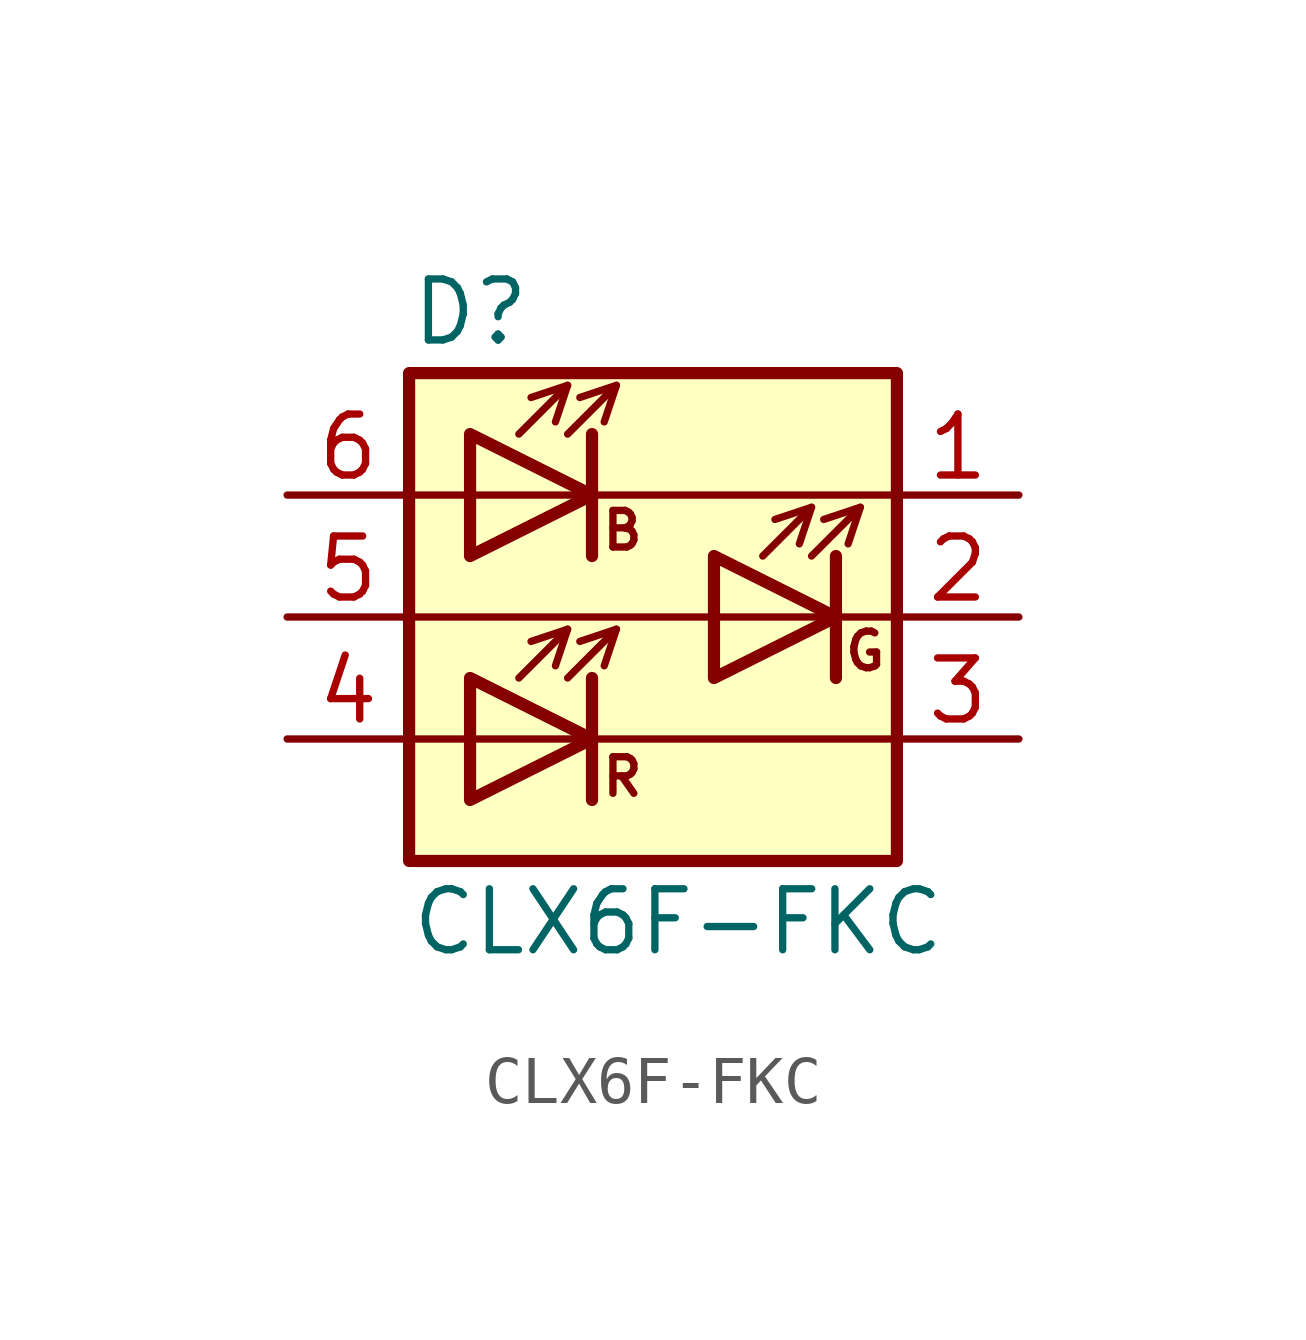
<source format=kicad_sym>
(kicad_symbol_lib
  (version 20211014)
  (generator kicad_symbol_editor)
  (symbol "CLX6F-FKC"
    (pin_names hide)
    (property "Reference" "D"
      (at -5.08 6.35 0)
      (effects (font (size 1.27 1.27)) (justify left)))
    (property "Value" "CLX6F-FKC"
      (at -5.08 -6.35 0)
      (effects (font (size 1.27 1.27)) (justify left)))
    (symbol "CLX6F-FKC_0_0"
      (text "B" (at -0.635 1.803 0) (effects (font (size 0.762 0.762))))
      (text "G" (at 4.42 -0.711 0) (effects (font (size 0.762 0.762))))
      (text "R" (at -0.635 -3.327 0) (effects (font (size 0.762 0.762)))))
    (symbol "CLX6F-FKC_0_1"
      (rectangle (start -5.08 5.08) (end 5.08 -5.08) (stroke (width 0.254) (type default) (color 0 0 0 0)) (fill (type background)))
      (polyline (pts (xy -5.08 -2.54) (xy 5.08 -2.54)) (stroke (width 0) (type default) (color 0 0 0 0)) (fill (type none)))
      (polyline (pts (xy -5.08 0) (xy 5.08 0)) (stroke (width 0) (type default) (color 0 0 0 0)) (fill (type none)))
      (polyline (pts (xy -5.08 2.54) (xy 5.08 2.54)) (stroke (width 0) (type default) (color 0 0 0 0)) (fill (type none)))
      (polyline (pts (xy -2.794 -1.27) (xy -1.778 -0.254)) (stroke (width 0) (type default) (color 0 0 0 0)) (fill (type none)))
      (polyline (pts (xy -2.794 3.81) (xy -1.778 4.826)) (stroke (width 0) (type default) (color 0 0 0 0)) (fill (type none)))
      (polyline (pts (xy -1.778 -1.27) (xy -0.762 -0.254)) (stroke (width 0) (type default) (color 0 0 0 0)) (fill (type none)))
      (polyline (pts (xy -1.778 3.81) (xy -0.762 4.826)) (stroke (width 0) (type default) (color 0 0 0 0)) (fill (type none)))
      (polyline (pts (xy -1.27 -1.27) (xy -1.27 -3.81)) (stroke (width 0.254) (type default) (color 0 0 0 0)) (fill (type none)))
      (polyline (pts (xy -1.27 3.81) (xy -1.27 1.27)) (stroke (width 0.254) (type default) (color 0 0 0 0)) (fill (type none)))
      (polyline (pts (xy 2.286 1.27) (xy 3.302 2.286)) (stroke (width 0) (type default) (color 0 0 0 0)) (fill (type none)))
      (polyline (pts (xy 3.302 1.27) (xy 4.318 2.286)) (stroke (width 0) (type default) (color 0 0 0 0)) (fill (type none)))
      (polyline (pts (xy 3.81 1.27) (xy 3.81 -1.27)) (stroke (width 0.254) (type default) (color 0 0 0 0)) (fill (type none)))
      (polyline (pts (xy -2.54 4.572) (xy -1.778 4.826) (xy -2.032 4.064)) (stroke (width 0) (type default) (color 0 0 0 0)) (fill (type none)))
      (polyline (pts (xy -2.032 -1.016) (xy -1.778 -0.254) (xy -2.54 -0.508)) (stroke (width 0) (type default) (color 0 0 0 0)) (fill (type none)))
      (polyline (pts (xy -1.524 -0.508) (xy -0.762 -0.254) (xy -1.016 -1.016)) (stroke (width 0) (type default) (color 0 0 0 0)) (fill (type none)))
      (polyline (pts (xy -1.524 4.572) (xy -0.762 4.826) (xy -1.016 4.064)) (stroke (width 0) (type default) (color 0 0 0 0)) (fill (type none)))
      (polyline (pts (xy 3.048 1.524) (xy 3.302 2.286) (xy 2.54 2.032)) (stroke (width 0) (type default) (color 0 0 0 0)) (fill (type none)))
      (polyline (pts (xy 3.556 2.032) (xy 4.318 2.286) (xy 4.064 1.524)) (stroke (width 0) (type default) (color 0 0 0 0)) (fill (type none)))
      (polyline (pts (xy -3.81 -1.27) (xy -3.81 -3.81) (xy -1.27 -2.54) (xy -3.81 -1.27)) (stroke (width 0.254) (type default) (color 0 0 0 0)) (fill (type none)))
      (polyline (pts (xy -3.81 3.81) (xy -3.81 1.27) (xy -1.27 2.54) (xy -3.81 3.81)) (stroke (width 0.254) (type default) (color 0 0 0 0)) (fill (type none)))
      (polyline (pts (xy 1.27 1.27) (xy 1.27 -1.27) (xy 3.81 0) (xy 1.27 1.27)) (stroke (width 0.254) (type default) (color 0 0 0 0)) (fill (type none))))
    (symbol "CLX6F-FKC_1_1"
      (pin passive line (at 7.62 2.54 180) (length 2.54) (name "BC" (effects (font (size 1.27 1.27)))) (number "1" (effects (font (size 1.27 1.27)))))
      (pin passive line (at 7.62 0 180) (length 2.54) (name "GC" (effects (font (size 1.27 1.27)))) (number "2" (effects (font (size 1.27 1.27)))))
      (pin passive line (at 7.62 -2.54 180) (length 2.54) (name "RC" (effects (font (size 1.27 1.27)))) (number "3" (effects (font (size 1.27 1.27)))))
      (pin passive line (at -7.62 -2.54 0) (length 2.54) (name "RA" (effects (font (size 1.27 1.27)))) (number "4" (effects (font (size 1.27 1.27)))))
      (pin passive line (at -7.62 0 0) (length 2.54) (name "GA" (effects (font (size 1.27 1.27)))) (number "5" (effects (font (size 1.27 1.27)))))
      (pin passive line (at -7.62 2.54 0) (length 2.54) (name "BA" (effects (font (size 1.27 1.27)))) (number "6" (effects (font (size 1.27 1.27))))))))
</source>
